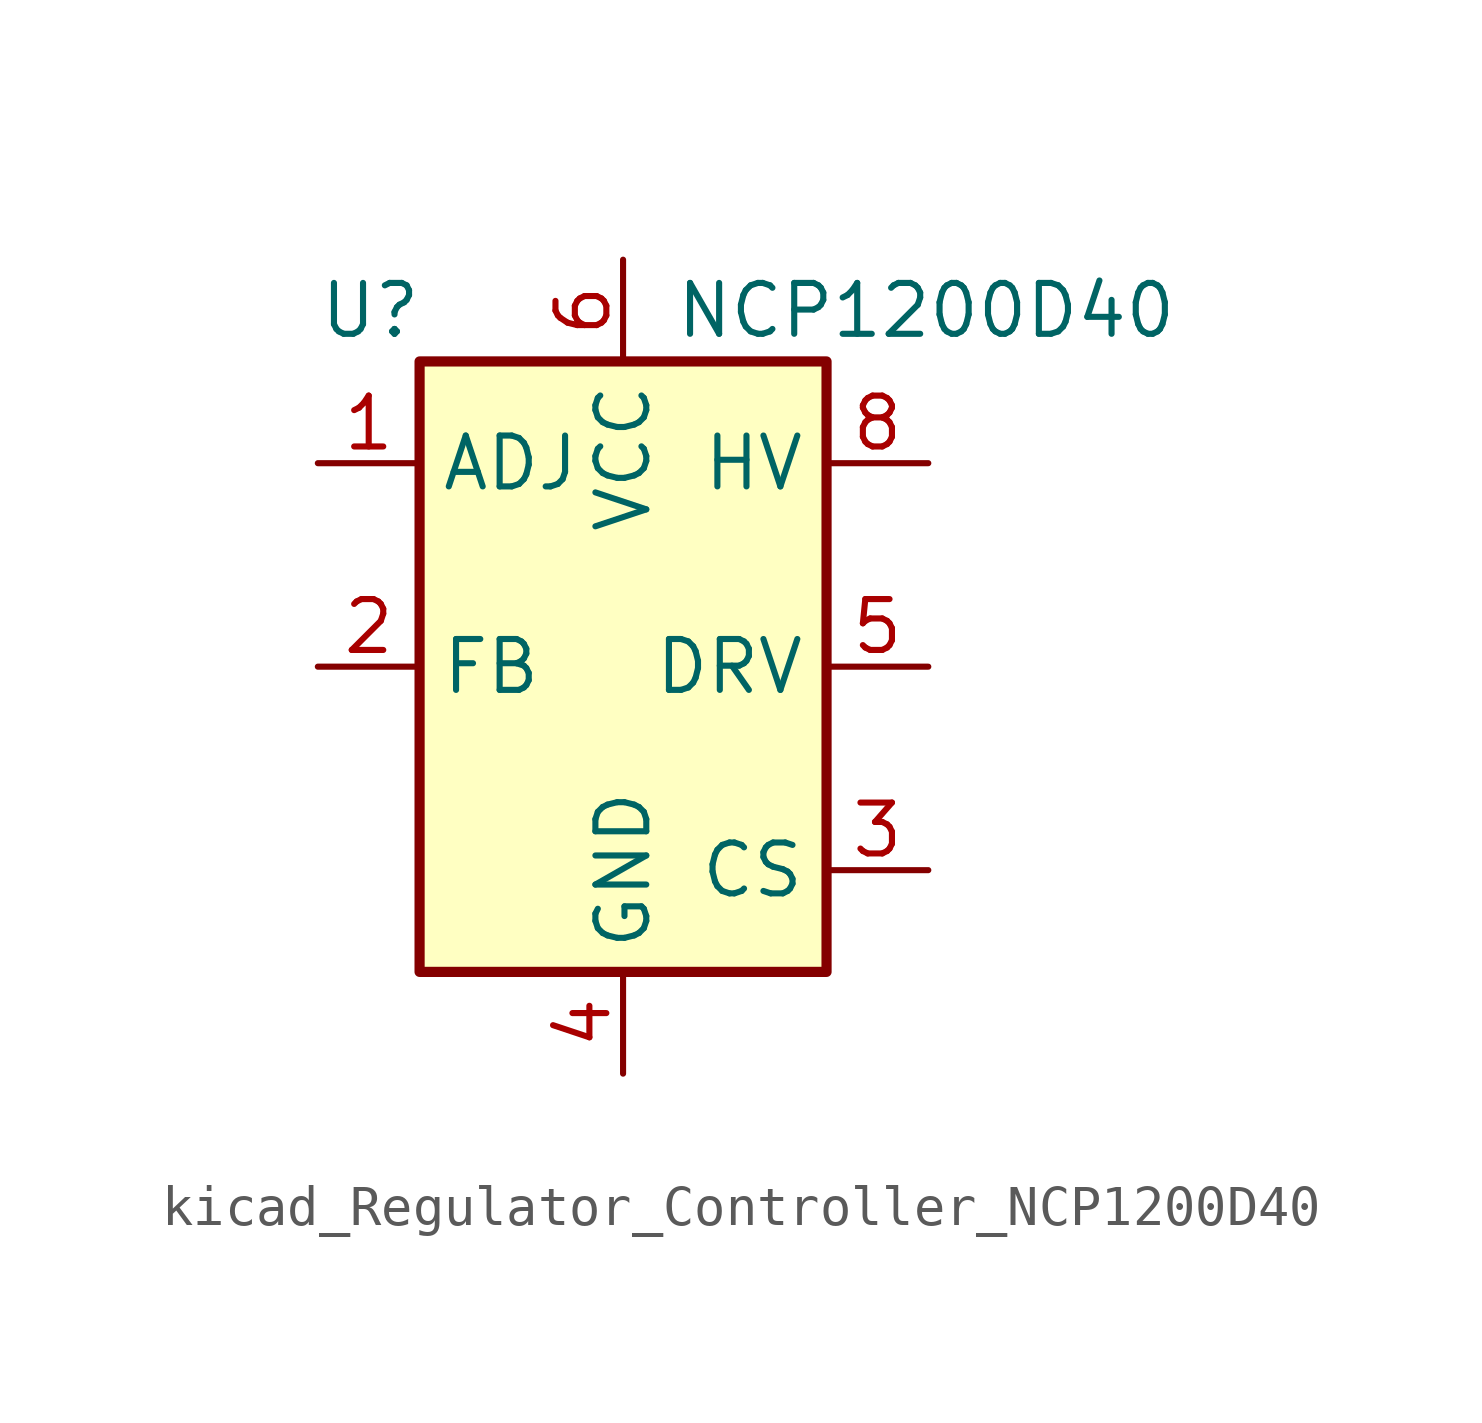
<source format=kicad_sym>
(kicad_symbol_lib
  (version 20220914)
  (generator kicad_symbol_editor)
  (symbol "kicad_Regulator_Controller_NCP1200D40"
    (property "Reference" "U"
      (at -7.62 8.89 0)
      (effects (font (size 1.27 1.27)) (justify left)))
    (property "Value" "NCP1200D40"
      (at 1.27 8.89 0)
      (effects (font (size 1.27 1.27)) (justify left)))
    (symbol "kicad_Regulator_Controller_NCP1200D40_0_0"
      (rectangle (start -5.08 7.62) (end 5.08 -7.62) (stroke (width 0.254) (type default)) (fill (type background))))
    (symbol "kicad_Regulator_Controller_NCP1200D40_1_1"
      (pin input line (at -7.62 5.08 0) (length 2.54) (name "ADJ" (effects (font (size 1.27 1.27)))) (number "1" (effects (font (size 1.27 1.27)))))
      (pin input line (at -7.62 0 0) (length 2.54) (name "FB" (effects (font (size 1.27 1.27)))) (number "2" (effects (font (size 1.27 1.27)))))
      (pin input line (at 7.62 -5.08 180) (length 2.54) (name "CS" (effects (font (size 1.27 1.27)))) (number "3" (effects (font (size 1.27 1.27)))))
      (pin power_in line (at 0 -10.16 90) (length 2.54) (name "GND" (effects (font (size 1.27 1.27)))) (number "4" (effects (font (size 1.27 1.27)))))
      (pin output line (at 7.62 0 180) (length 2.54) (name "DRV" (effects (font (size 1.27 1.27)))) (number "5" (effects (font (size 1.27 1.27)))))
      (pin power_in line (at 0 10.16 270) (length 2.54) (name "VCC" (effects (font (size 1.27 1.27)))) (number "6" (effects (font (size 1.27 1.27)))))
      (pin no_connect line (at -5.08 2.54 0) (length 2.54) hide (name "NC" (effects (font (size 1.27 1.27)))) (number "7" (effects (font (size 1.27 1.27)))))
      (pin input line (at 7.62 5.08 180) (length 2.54) (name "HV" (effects (font (size 1.27 1.27)))) (number "8" (effects (font (size 1.27 1.27))))))))
</source>
